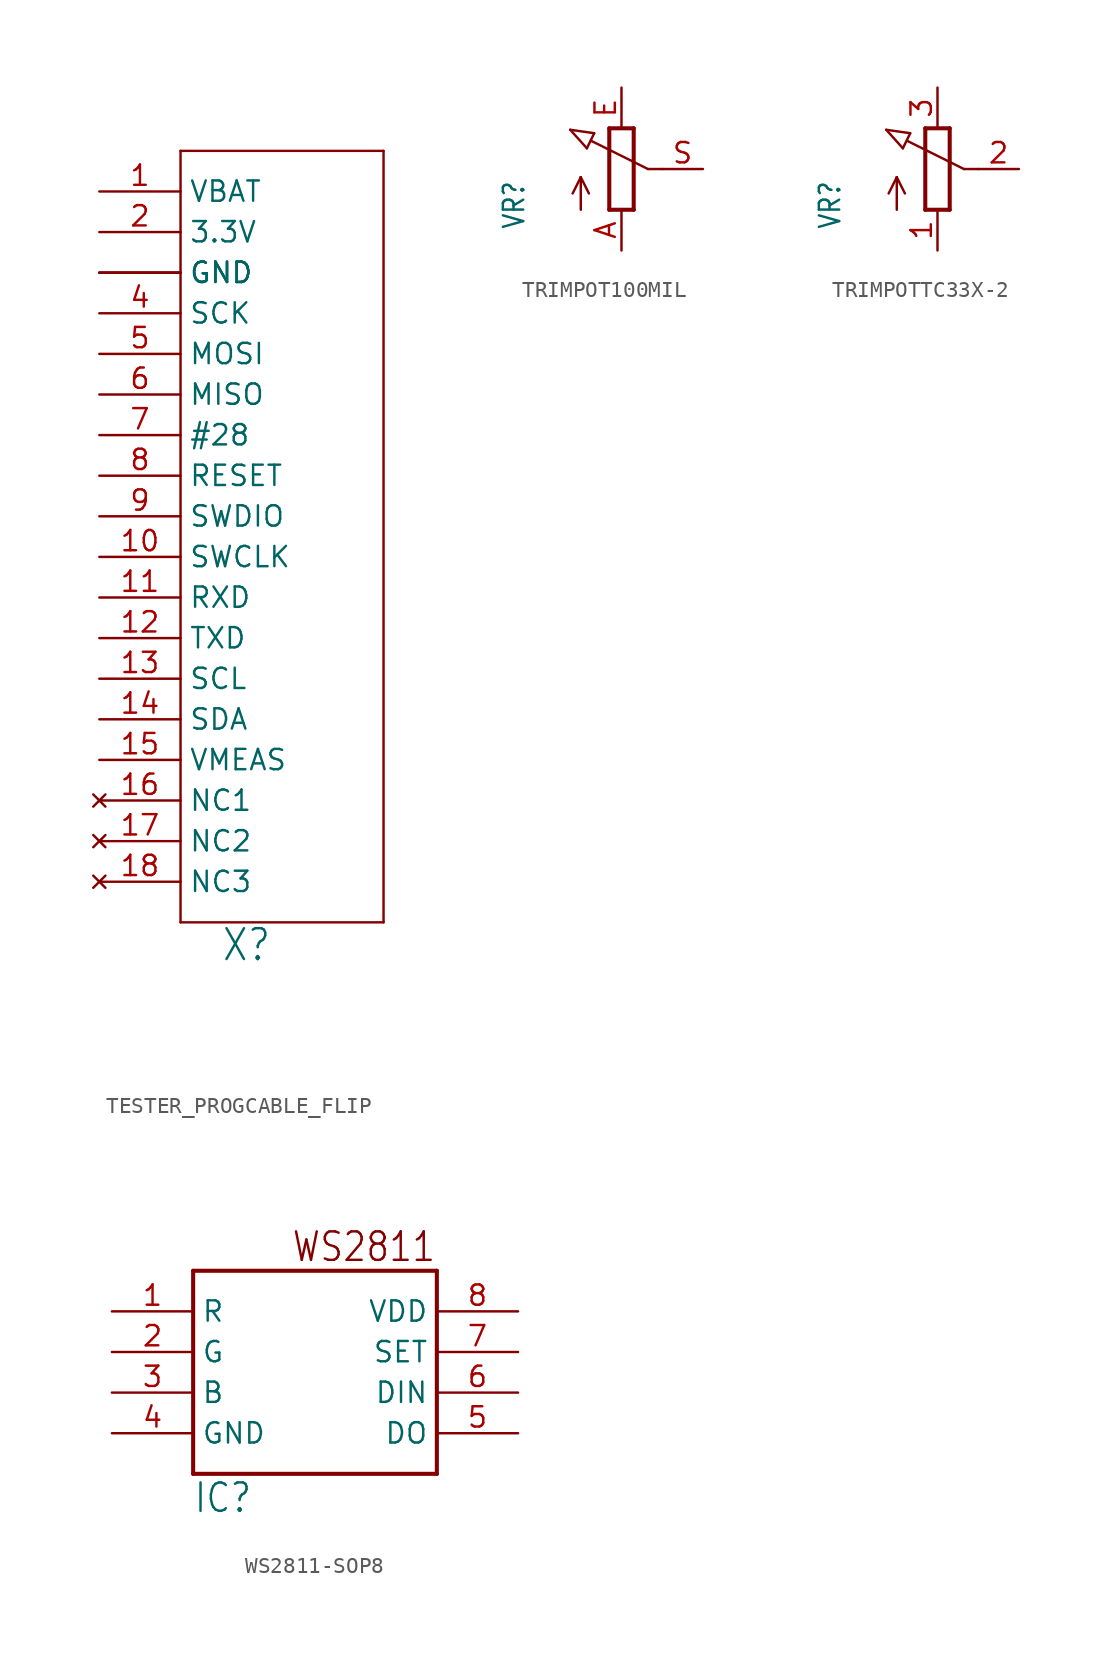
<source format=kicad_sym>
(kicad_symbol_lib
  (version 20231120)
  (generator "kicad_symbol_editor")
  (generator_version "8.0")
  (symbol "TESTER_PROGCABLE_FLIP"
    (property "Reference" "X"
      (at 2.54 -27.94 0)
      (effects (font (size 1.93 1.641)) (justify left bottom)))
    (property "Value" ""
      (at 2.54 -30.48 0)
      (effects (font (size 1.93 1.641)) (justify left bottom)))
    (property "ki_locked" ""
      (at 0 0 0)
      (effects (font (size 1.27 1.27))))
    (symbol "TESTER_PROGCABLE_FLIP_1_0"
      (polyline (pts (xy 0 -25.4) (xy 0 22.86)) (stroke (width 0.152) (type solid)) (fill (type none)))
      (polyline (pts (xy 0 22.86) (xy 12.7 22.86)) (stroke (width 0.152) (type solid)) (fill (type none)))
      (polyline (pts (xy 12.7 -25.4) (xy 0 -25.4)) (stroke (width 0.152) (type solid)) (fill (type none)))
      (polyline (pts (xy 12.7 22.86) (xy 12.7 -25.4)) (stroke (width 0.152) (type solid)) (fill (type none)))
      (pin power_in line (at -5.08 20.32 0) (length 5.08) (name "VBAT" (effects (font (size 1.27 1.27)))) (number "1" (effects (font (size 1.27 1.27)))))
      (pin input line (at -5.08 -2.54 0) (length 5.08) (name "SWCLK" (effects (font (size 1.27 1.27)))) (number "10" (effects (font (size 1.27 1.27)))))
      (pin input line (at -5.08 -5.08 0) (length 5.08) (name "RXD" (effects (font (size 1.27 1.27)))) (number "11" (effects (font (size 1.27 1.27)))))
      (pin input line (at -5.08 -7.62 0) (length 5.08) (name "TXD" (effects (font (size 1.27 1.27)))) (number "12" (effects (font (size 1.27 1.27)))))
      (pin input line (at -5.08 -10.16 0) (length 5.08) (name "SCL" (effects (font (size 1.27 1.27)))) (number "13" (effects (font (size 1.27 1.27)))))
      (pin bidirectional line (at -5.08 -12.7 0) (length 5.08) (name "SDA" (effects (font (size 1.27 1.27)))) (number "14" (effects (font (size 1.27 1.27)))))
      (pin output line (at -5.08 -15.24 0) (length 5.08) (name "VMEAS" (effects (font (size 1.27 1.27)))) (number "15" (effects (font (size 1.27 1.27)))))
      (pin no_connect line (at -5.08 -17.78 0) (length 5.08) (name "NC1" (effects (font (size 1.27 1.27)))) (number "16" (effects (font (size 1.27 1.27)))))
      (pin no_connect line (at -5.08 -20.32 0) (length 5.08) (name "NC2" (effects (font (size 1.27 1.27)))) (number "17" (effects (font (size 1.27 1.27)))))
      (pin no_connect line (at -5.08 -22.86 0) (length 5.08) (name "NC3" (effects (font (size 1.27 1.27)))) (number "18" (effects (font (size 1.27 1.27)))))
      (pin power_in line (at -5.08 17.78 0) (length 5.08) (name "3.3V" (effects (font (size 1.27 1.27)))) (number "2" (effects (font (size 1.27 1.27)))))
      (pin power_in line (at -5.08 15.24 0) (length 5.08) (name "GND" (effects (font (size 1.27 1.27)))) (number "3" (effects (font (size 0 0)))))
      (pin input line (at -5.08 12.7 0) (length 5.08) (name "SCK" (effects (font (size 1.27 1.27)))) (number "4" (effects (font (size 1.27 1.27)))))
      (pin input line (at -5.08 10.16 0) (length 5.08) (name "MOSI" (effects (font (size 1.27 1.27)))) (number "5" (effects (font (size 1.27 1.27)))))
      (pin output line (at -5.08 7.62 0) (length 5.08) (name "MISO" (effects (font (size 1.27 1.27)))) (number "6" (effects (font (size 1.27 1.27)))))
      (pin input line (at -5.08 5.08 0) (length 5.08) (name "#28" (effects (font (size 1.27 1.27)))) (number "7" (effects (font (size 1.27 1.27)))))
      (pin input line (at -5.08 2.54 0) (length 5.08) (name "RESET" (effects (font (size 1.27 1.27)))) (number "8" (effects (font (size 1.27 1.27)))))
      (pin input line (at -5.08 0 0) (length 5.08) (name "SWDIO" (effects (font (size 1.27 1.27)))) (number "9" (effects (font (size 1.27 1.27)))))
      (pin power_in line (at -5.08 15.24 0) (length 5.08) (name "GND" (effects (font (size 1.27 1.27)))) (number "SUPPORT1" (effects (font (size 0 0)))))
      (pin power_in line (at -5.08 15.24 0) (length 5.08) (name "GND" (effects (font (size 1.27 1.27)))) (number "SUPPORT2" (effects (font (size 0 0)))))))
  (symbol "TRIMPOT100MIL"
    (property "Reference" "VR"
      (at -5.969 -3.81 90)
      (effects (font (size 1.27 1.079)) (justify left bottom)))
    (property "Value" ""
      (at -3.81 -3.81 90)
      (effects (font (size 1.27 1.079)) (justify left bottom)))
    (property "ki_locked" ""
      (at 0 0 0)
      (effects (font (size 1.27 1.27))))
    (symbol "TRIMPOT100MIL_1_0"
      (polyline (pts (xy -3.199 2.45) (xy -1.702 2.235)) (stroke (width 0.152) (type solid)) (fill (type none)))
      (polyline (pts (xy -2.54 -2.54) (xy -2.54 -0.508)) (stroke (width 0.152) (type solid)) (fill (type none)))
      (polyline (pts (xy -2.54 -0.508) (xy -3.048 -1.524)) (stroke (width 0.152) (type solid)) (fill (type none)))
      (polyline (pts (xy -2.54 -0.508) (xy -2.032 -1.524)) (stroke (width 0.152) (type solid)) (fill (type none)))
      (polyline (pts (xy -2.16 1.294) (xy -3.199 2.45)) (stroke (width 0.152) (type solid)) (fill (type none)))
      (polyline (pts (xy -2.16 1.294) (xy -1.702 2.235)) (stroke (width 0.152) (type solid)) (fill (type none)))
      (polyline (pts (xy -0.762 -2.54) (xy 0.762 -2.54)) (stroke (width 0.254) (type solid)) (fill (type none)))
      (polyline (pts (xy -0.762 2.54) (xy -0.762 -2.54)) (stroke (width 0.254) (type solid)) (fill (type none)))
      (polyline (pts (xy 0.762 -2.54) (xy 0.762 2.54)) (stroke (width 0.254) (type solid)) (fill (type none)))
      (polyline (pts (xy 0.762 2.54) (xy -0.762 2.54)) (stroke (width 0.254) (type solid)) (fill (type none)))
      (polyline (pts (xy 1.651 0) (xy -1.88 1.753)) (stroke (width 0.152) (type solid)) (fill (type none)))
      (polyline (pts (xy 2.54 0) (xy 1.651 0)) (stroke (width 0.152) (type solid)) (fill (type none)))
      (pin passive line (at 0 -5.08 90) (length 2.54) (name "A" (effects (font (size 0 0)))) (number "A" (effects (font (size 1.27 1.27)))))
      (pin passive line (at 0 5.08 270) (length 2.54) (name "E" (effects (font (size 0 0)))) (number "E" (effects (font (size 1.27 1.27)))))
      (pin passive line (at 5.08 0 180) (length 2.54) (name "S" (effects (font (size 0 0)))) (number "S" (effects (font (size 1.27 1.27)))))))
  (symbol "TRIMPOTTC33X-2"
    (property "Reference" "VR"
      (at -5.969 -3.81 90)
      (effects (font (size 1.27 1.079)) (justify left bottom)))
    (property "Value" ""
      (at -3.81 -3.81 90)
      (effects (font (size 1.27 1.079)) (justify left bottom)))
    (property "ki_locked" ""
      (at 0 0 0)
      (effects (font (size 1.27 1.27))))
    (symbol "TRIMPOTTC33X-2_1_0"
      (polyline (pts (xy -3.199 2.45) (xy -1.702 2.235)) (stroke (width 0.152) (type solid)) (fill (type none)))
      (polyline (pts (xy -2.54 -2.54) (xy -2.54 -0.508)) (stroke (width 0.152) (type solid)) (fill (type none)))
      (polyline (pts (xy -2.54 -0.508) (xy -3.048 -1.524)) (stroke (width 0.152) (type solid)) (fill (type none)))
      (polyline (pts (xy -2.54 -0.508) (xy -2.032 -1.524)) (stroke (width 0.152) (type solid)) (fill (type none)))
      (polyline (pts (xy -2.16 1.294) (xy -3.199 2.45)) (stroke (width 0.152) (type solid)) (fill (type none)))
      (polyline (pts (xy -2.16 1.294) (xy -1.702 2.235)) (stroke (width 0.152) (type solid)) (fill (type none)))
      (polyline (pts (xy -0.762 -2.54) (xy 0.762 -2.54)) (stroke (width 0.254) (type solid)) (fill (type none)))
      (polyline (pts (xy -0.762 2.54) (xy -0.762 -2.54)) (stroke (width 0.254) (type solid)) (fill (type none)))
      (polyline (pts (xy 0.762 -2.54) (xy 0.762 2.54)) (stroke (width 0.254) (type solid)) (fill (type none)))
      (polyline (pts (xy 0.762 2.54) (xy -0.762 2.54)) (stroke (width 0.254) (type solid)) (fill (type none)))
      (polyline (pts (xy 1.651 0) (xy -1.88 1.753)) (stroke (width 0.152) (type solid)) (fill (type none)))
      (polyline (pts (xy 2.54 0) (xy 1.651 0)) (stroke (width 0.152) (type solid)) (fill (type none)))
      (pin passive line (at 0 -5.08 90) (length 2.54) (name "A" (effects (font (size 0 0)))) (number "1" (effects (font (size 1.27 1.27)))))
      (pin passive line (at 5.08 0 180) (length 2.54) (name "S" (effects (font (size 0 0)))) (number "2" (effects (font (size 1.27 1.27)))))
      (pin passive line (at 0 5.08 270) (length 2.54) (name "E" (effects (font (size 0 0)))) (number "3" (effects (font (size 1.27 1.27)))))))
  (symbol "WS2811-SOP8"
    (property "Reference" "IC"
      (at -7.62 -7.62 0)
      (effects (font (size 1.778 1.511)) (justify left bottom)))
    (property "ki_locked" ""
      (at 0 0 0)
      (effects (font (size 1.27 1.27))))
    (symbol "WS2811-SOP8_1_0"
      (polyline (pts (xy -7.62 -5.08) (xy -7.62 7.62)) (stroke (width 0.254) (type solid)) (fill (type none)))
      (polyline (pts (xy -7.62 7.62) (xy 7.62 7.62)) (stroke (width 0.254) (type solid)) (fill (type none)))
      (polyline (pts (xy 7.62 -5.08) (xy -7.62 -5.08)) (stroke (width 0.254) (type solid)) (fill (type none)))
      (polyline (pts (xy 7.62 7.62) (xy 7.62 -5.08)) (stroke (width 0.254) (type solid)) (fill (type none)))
      (text "WS2811" (at 7.62 10.16 0) (effects (font (size 1.778 1.511)) (justify right top)))
      (pin open_collector line (at -12.7 5.08 0) (length 5.08) (name "R" (effects (font (size 1.27 1.27)))) (number "1" (effects (font (size 1.27 1.27)))))
      (pin open_collector line (at -12.7 2.54 0) (length 5.08) (name "G" (effects (font (size 1.27 1.27)))) (number "2" (effects (font (size 1.27 1.27)))))
      (pin open_collector line (at -12.7 0 0) (length 5.08) (name "B" (effects (font (size 1.27 1.27)))) (number "3" (effects (font (size 1.27 1.27)))))
      (pin power_in line (at -12.7 -2.54 0) (length 5.08) (name "GND" (effects (font (size 1.27 1.27)))) (number "4" (effects (font (size 1.27 1.27)))))
      (pin output line (at 12.7 -2.54 180) (length 5.08) (name "DO" (effects (font (size 1.27 1.27)))) (number "5" (effects (font (size 1.27 1.27)))))
      (pin input line (at 12.7 0 180) (length 5.08) (name "DIN" (effects (font (size 1.27 1.27)))) (number "6" (effects (font (size 1.27 1.27)))))
      (pin input line (at 12.7 2.54 180) (length 5.08) (name "SET" (effects (font (size 1.27 1.27)))) (number "7" (effects (font (size 1.27 1.27)))))
      (pin power_in line (at 12.7 5.08 180) (length 5.08) (name "VDD" (effects (font (size 1.27 1.27)))) (number "8" (effects (font (size 1.27 1.27))))))))
</source>
